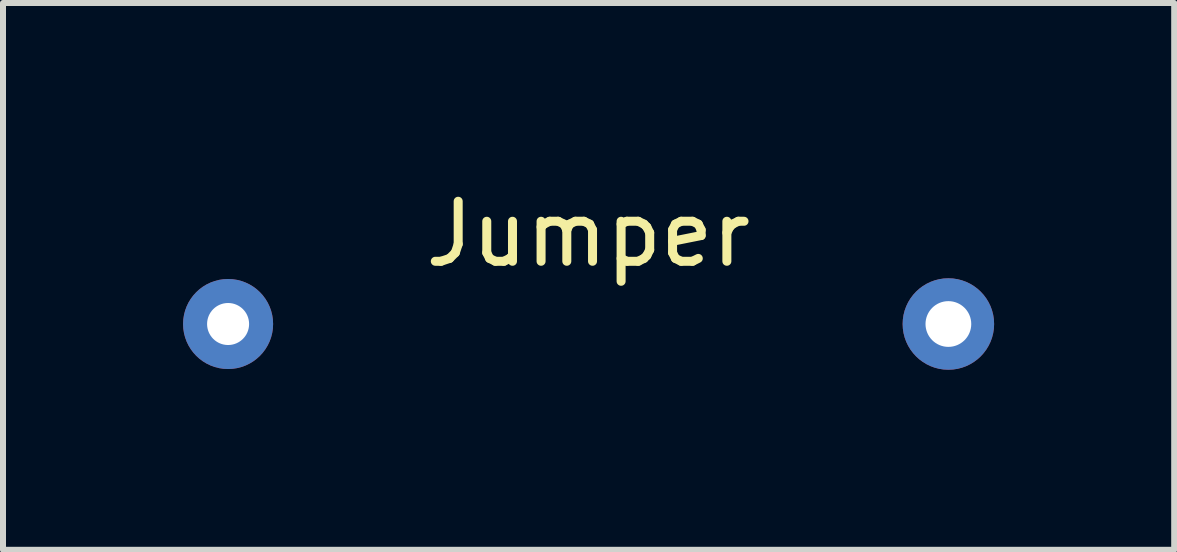
<source format=kicad_pcb>
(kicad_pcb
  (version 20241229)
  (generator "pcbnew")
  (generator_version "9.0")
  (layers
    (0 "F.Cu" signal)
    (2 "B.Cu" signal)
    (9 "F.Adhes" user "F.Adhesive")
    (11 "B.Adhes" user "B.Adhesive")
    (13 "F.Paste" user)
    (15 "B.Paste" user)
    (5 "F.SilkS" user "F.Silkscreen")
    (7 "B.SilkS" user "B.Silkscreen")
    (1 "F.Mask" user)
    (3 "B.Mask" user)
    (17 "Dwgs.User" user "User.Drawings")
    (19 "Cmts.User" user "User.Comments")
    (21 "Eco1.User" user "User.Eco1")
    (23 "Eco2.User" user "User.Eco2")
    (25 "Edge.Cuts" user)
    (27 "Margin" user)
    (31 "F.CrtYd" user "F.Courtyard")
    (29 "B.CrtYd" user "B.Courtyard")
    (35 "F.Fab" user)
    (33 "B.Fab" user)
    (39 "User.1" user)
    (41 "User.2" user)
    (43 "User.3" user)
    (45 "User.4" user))
  (footprint "Jumper"
    (layer "F.Cu")
    (at 6.75 2.348)
    (property "Reference" "Jumper" (at 0 -1.5 0) (layer "F.SilkS") (effects (font (size 1 1) (thickness 0.15))))
    (attr through_hole)
    (pad "1" thru_hole circle (at -6 0) (size 1.5 1.5) (drill 0.7) (layers "*.Cu" "*.Mask"))
    (pad "2" thru_hole circle (at 6 0) (size 1.524 1.524) (drill 0.762) (layers "*.Cu" "*.Mask")))
  (gr_rect
    (start -3 -3)
    (end 16.512 6.11)
    (stroke (width 0.1) (type default))
    (fill no)
    (layer "Edge.Cuts")))
</source>
